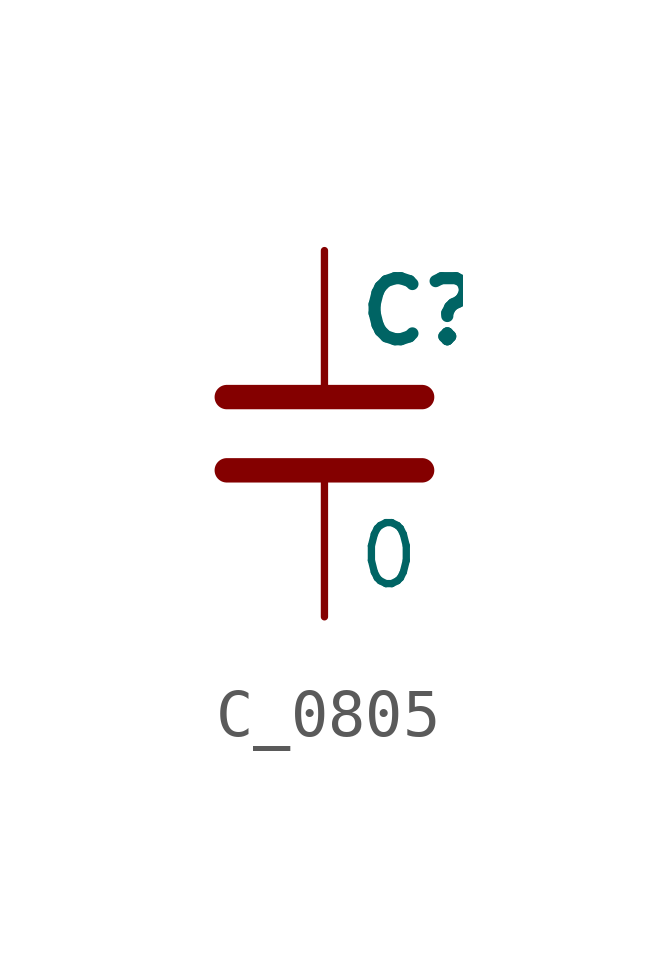
<source format=kicad_sym>
(kicad_symbol_lib
  (version 20220914)
  (generator kicad_symbol_editor)
  (symbol "C_0805"
    (pin_numbers hide)
    (pin_names
      (offset 0.254))
    (property "Reference" "C"
      (at 0.635 2.54 0)
      (effects (font (size 1.27 1.27) bold) (justify left)))
    (property "Value" "0"
      (at 0.635 -2.54 0)
      (effects (font (size 1.27 1.27)) (justify left)))
    (symbol "C_0805_0_1"
      (polyline (pts (xy -2.032 -0.762) (xy 2.032 -0.762)) (stroke (width 0.508) (type default)) (fill (type none)))
      (polyline (pts (xy -2.032 0.762) (xy 2.032 0.762)) (stroke (width 0.508) (type default)) (fill (type none))))
    (symbol "C_0805_1_1"
      (pin passive line (at 0 3.81 270) (length 2.794) (name "~" (effects (font (size 1.27 1.27)))) (number "1" (effects (font (size 1.27 1.27)))))
      (pin passive line (at 0 -3.81 90) (length 2.794) (name "~" (effects (font (size 1.27 1.27)))) (number "2" (effects (font (size 1.27 1.27))))))))
</source>
